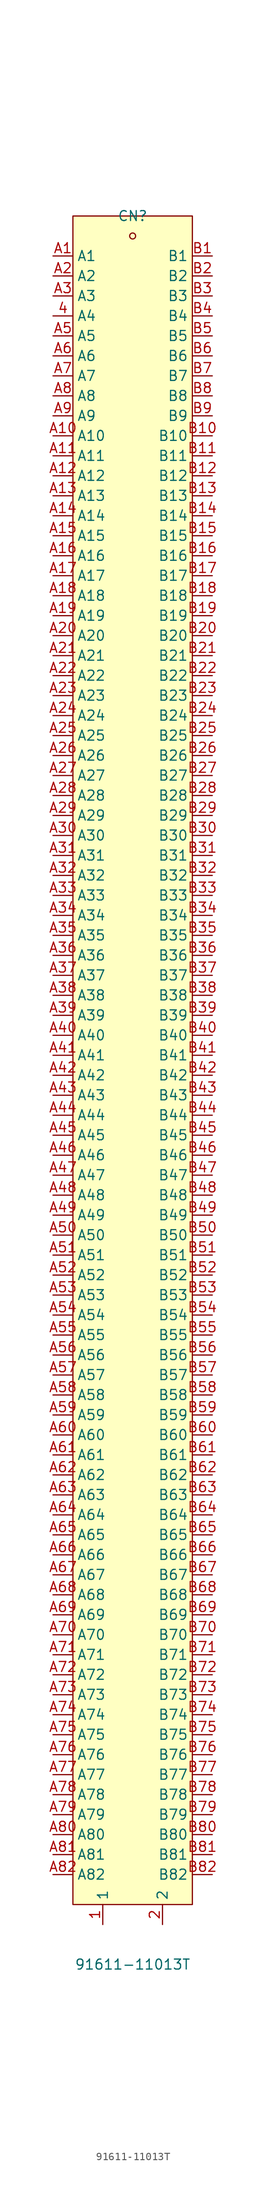
<source format=kicad_sym>
(kicad_symbol_lib
  (version 20231120)
  (generator "kicad_symbol_editor")
  (generator_version "8.0")
  (symbol "91611-11013T"
    (property "Reference" "CN"
      (at 0 107.95 0)
      (effects (font (size 1.27 1.27))))
    (property "Value" "91611-11013T"
      (at 0 -114.3 0)
      (effects (font (size 1.27 1.27))))
    (symbol "91611-11013T_0_1"
      (rectangle (start -7.62 107.95) (end 7.62 -106.68) (stroke (width 0) (type default)) (fill (type background)))
      (circle (center 0 105.41) (radius 0.38) (stroke (width 0) (type default)) (fill (type none)))
      (pin unspecified line (at -3.81 -109.22 90) (length 2.54) (name "1" (effects (font (size 1.27 1.27)))) (number "1" (effects (font (size 1.27 1.27)))))
      (pin unspecified line (at 3.81 -109.22 90) (length 2.54) (name "2" (effects (font (size 1.27 1.27)))) (number "2" (effects (font (size 1.27 1.27)))))
      (pin unspecified line (at -10.16 95.25 0) (length 2.54) (name "A4" (effects (font (size 1.27 1.27)))) (number "4" (effects (font (size 1.27 1.27)))))
      (pin unspecified line (at -10.16 102.87 0) (length 2.54) (name "A1" (effects (font (size 1.27 1.27)))) (number "A1" (effects (font (size 1.27 1.27)))))
      (pin unspecified line (at -10.16 80.01 0) (length 2.54) (name "A10" (effects (font (size 1.27 1.27)))) (number "A10" (effects (font (size 1.27 1.27)))))
      (pin unspecified line (at -10.16 77.47 0) (length 2.54) (name "A11" (effects (font (size 1.27 1.27)))) (number "A11" (effects (font (size 1.27 1.27)))))
      (pin unspecified line (at -10.16 74.93 0) (length 2.54) (name "A12" (effects (font (size 1.27 1.27)))) (number "A12" (effects (font (size 1.27 1.27)))))
      (pin unspecified line (at -10.16 72.39 0) (length 2.54) (name "A13" (effects (font (size 1.27 1.27)))) (number "A13" (effects (font (size 1.27 1.27)))))
      (pin unspecified line (at -10.16 69.85 0) (length 2.54) (name "A14" (effects (font (size 1.27 1.27)))) (number "A14" (effects (font (size 1.27 1.27)))))
      (pin unspecified line (at -10.16 67.31 0) (length 2.54) (name "A15" (effects (font (size 1.27 1.27)))) (number "A15" (effects (font (size 1.27 1.27)))))
      (pin unspecified line (at -10.16 64.77 0) (length 2.54) (name "A16" (effects (font (size 1.27 1.27)))) (number "A16" (effects (font (size 1.27 1.27)))))
      (pin unspecified line (at -10.16 62.23 0) (length 2.54) (name "A17" (effects (font (size 1.27 1.27)))) (number "A17" (effects (font (size 1.27 1.27)))))
      (pin unspecified line (at -10.16 59.69 0) (length 2.54) (name "A18" (effects (font (size 1.27 1.27)))) (number "A18" (effects (font (size 1.27 1.27)))))
      (pin unspecified line (at -10.16 57.15 0) (length 2.54) (name "A19" (effects (font (size 1.27 1.27)))) (number "A19" (effects (font (size 1.27 1.27)))))
      (pin unspecified line (at -10.16 100.33 0) (length 2.54) (name "A2" (effects (font (size 1.27 1.27)))) (number "A2" (effects (font (size 1.27 1.27)))))
      (pin unspecified line (at -10.16 54.61 0) (length 2.54) (name "A20" (effects (font (size 1.27 1.27)))) (number "A20" (effects (font (size 1.27 1.27)))))
      (pin unspecified line (at -10.16 52.07 0) (length 2.54) (name "A21" (effects (font (size 1.27 1.27)))) (number "A21" (effects (font (size 1.27 1.27)))))
      (pin unspecified line (at -10.16 49.53 0) (length 2.54) (name "A22" (effects (font (size 1.27 1.27)))) (number "A22" (effects (font (size 1.27 1.27)))))
      (pin unspecified line (at -10.16 46.99 0) (length 2.54) (name "A23" (effects (font (size 1.27 1.27)))) (number "A23" (effects (font (size 1.27 1.27)))))
      (pin unspecified line (at -10.16 44.45 0) (length 2.54) (name "A24" (effects (font (size 1.27 1.27)))) (number "A24" (effects (font (size 1.27 1.27)))))
      (pin unspecified line (at -10.16 41.91 0) (length 2.54) (name "A25" (effects (font (size 1.27 1.27)))) (number "A25" (effects (font (size 1.27 1.27)))))
      (pin unspecified line (at -10.16 39.37 0) (length 2.54) (name "A26" (effects (font (size 1.27 1.27)))) (number "A26" (effects (font (size 1.27 1.27)))))
      (pin unspecified line (at -10.16 36.83 0) (length 2.54) (name "A27" (effects (font (size 1.27 1.27)))) (number "A27" (effects (font (size 1.27 1.27)))))
      (pin unspecified line (at -10.16 34.29 0) (length 2.54) (name "A28" (effects (font (size 1.27 1.27)))) (number "A28" (effects (font (size 1.27 1.27)))))
      (pin unspecified line (at -10.16 31.75 0) (length 2.54) (name "A29" (effects (font (size 1.27 1.27)))) (number "A29" (effects (font (size 1.27 1.27)))))
      (pin unspecified line (at -10.16 97.79 0) (length 2.54) (name "A3" (effects (font (size 1.27 1.27)))) (number "A3" (effects (font (size 1.27 1.27)))))
      (pin unspecified line (at -10.16 29.21 0) (length 2.54) (name "A30" (effects (font (size 1.27 1.27)))) (number "A30" (effects (font (size 1.27 1.27)))))
      (pin unspecified line (at -10.16 26.67 0) (length 2.54) (name "A31" (effects (font (size 1.27 1.27)))) (number "A31" (effects (font (size 1.27 1.27)))))
      (pin unspecified line (at -10.16 24.13 0) (length 2.54) (name "A32" (effects (font (size 1.27 1.27)))) (number "A32" (effects (font (size 1.27 1.27)))))
      (pin unspecified line (at -10.16 21.59 0) (length 2.54) (name "A33" (effects (font (size 1.27 1.27)))) (number "A33" (effects (font (size 1.27 1.27)))))
      (pin unspecified line (at -10.16 19.05 0) (length 2.54) (name "A34" (effects (font (size 1.27 1.27)))) (number "A34" (effects (font (size 1.27 1.27)))))
      (pin unspecified line (at -10.16 16.51 0) (length 2.54) (name "A35" (effects (font (size 1.27 1.27)))) (number "A35" (effects (font (size 1.27 1.27)))))
      (pin unspecified line (at -10.16 13.97 0) (length 2.54) (name "A36" (effects (font (size 1.27 1.27)))) (number "A36" (effects (font (size 1.27 1.27)))))
      (pin unspecified line (at -10.16 11.43 0) (length 2.54) (name "A37" (effects (font (size 1.27 1.27)))) (number "A37" (effects (font (size 1.27 1.27)))))
      (pin unspecified line (at -10.16 8.89 0) (length 2.54) (name "A38" (effects (font (size 1.27 1.27)))) (number "A38" (effects (font (size 1.27 1.27)))))
      (pin unspecified line (at -10.16 6.35 0) (length 2.54) (name "A39" (effects (font (size 1.27 1.27)))) (number "A39" (effects (font (size 1.27 1.27)))))
      (pin unspecified line (at -10.16 3.81 0) (length 2.54) (name "A40" (effects (font (size 1.27 1.27)))) (number "A40" (effects (font (size 1.27 1.27)))))
      (pin unspecified line (at -10.16 1.27 0) (length 2.54) (name "A41" (effects (font (size 1.27 1.27)))) (number "A41" (effects (font (size 1.27 1.27)))))
      (pin unspecified line (at -10.16 -1.27 0) (length 2.54) (name "A42" (effects (font (size 1.27 1.27)))) (number "A42" (effects (font (size 1.27 1.27)))))
      (pin unspecified line (at -10.16 -3.81 0) (length 2.54) (name "A43" (effects (font (size 1.27 1.27)))) (number "A43" (effects (font (size 1.27 1.27)))))
      (pin unspecified line (at -10.16 -6.35 0) (length 2.54) (name "A44" (effects (font (size 1.27 1.27)))) (number "A44" (effects (font (size 1.27 1.27)))))
      (pin unspecified line (at -10.16 -8.89 0) (length 2.54) (name "A45" (effects (font (size 1.27 1.27)))) (number "A45" (effects (font (size 1.27 1.27)))))
      (pin unspecified line (at -10.16 -11.43 0) (length 2.54) (name "A46" (effects (font (size 1.27 1.27)))) (number "A46" (effects (font (size 1.27 1.27)))))
      (pin unspecified line (at -10.16 -13.97 0) (length 2.54) (name "A47" (effects (font (size 1.27 1.27)))) (number "A47" (effects (font (size 1.27 1.27)))))
      (pin unspecified line (at -10.16 -16.51 0) (length 2.54) (name "A48" (effects (font (size 1.27 1.27)))) (number "A48" (effects (font (size 1.27 1.27)))))
      (pin unspecified line (at -10.16 -19.05 0) (length 2.54) (name "A49" (effects (font (size 1.27 1.27)))) (number "A49" (effects (font (size 1.27 1.27)))))
      (pin unspecified line (at -10.16 92.71 0) (length 2.54) (name "A5" (effects (font (size 1.27 1.27)))) (number "A5" (effects (font (size 1.27 1.27)))))
      (pin unspecified line (at -10.16 -21.59 0) (length 2.54) (name "A50" (effects (font (size 1.27 1.27)))) (number "A50" (effects (font (size 1.27 1.27)))))
      (pin unspecified line (at -10.16 -24.13 0) (length 2.54) (name "A51" (effects (font (size 1.27 1.27)))) (number "A51" (effects (font (size 1.27 1.27)))))
      (pin unspecified line (at -10.16 -26.67 0) (length 2.54) (name "A52" (effects (font (size 1.27 1.27)))) (number "A52" (effects (font (size 1.27 1.27)))))
      (pin unspecified line (at -10.16 -29.21 0) (length 2.54) (name "A53" (effects (font (size 1.27 1.27)))) (number "A53" (effects (font (size 1.27 1.27)))))
      (pin unspecified line (at -10.16 -31.75 0) (length 2.54) (name "A54" (effects (font (size 1.27 1.27)))) (number "A54" (effects (font (size 1.27 1.27)))))
      (pin unspecified line (at -10.16 -34.29 0) (length 2.54) (name "A55" (effects (font (size 1.27 1.27)))) (number "A55" (effects (font (size 1.27 1.27)))))
      (pin unspecified line (at -10.16 -36.83 0) (length 2.54) (name "A56" (effects (font (size 1.27 1.27)))) (number "A56" (effects (font (size 1.27 1.27)))))
      (pin unspecified line (at -10.16 -39.37 0) (length 2.54) (name "A57" (effects (font (size 1.27 1.27)))) (number "A57" (effects (font (size 1.27 1.27)))))
      (pin unspecified line (at -10.16 -41.91 0) (length 2.54) (name "A58" (effects (font (size 1.27 1.27)))) (number "A58" (effects (font (size 1.27 1.27)))))
      (pin unspecified line (at -10.16 -44.45 0) (length 2.54) (name "A59" (effects (font (size 1.27 1.27)))) (number "A59" (effects (font (size 1.27 1.27)))))
      (pin unspecified line (at -10.16 90.17 0) (length 2.54) (name "A6" (effects (font (size 1.27 1.27)))) (number "A6" (effects (font (size 1.27 1.27)))))
      (pin unspecified line (at -10.16 -46.99 0) (length 2.54) (name "A60" (effects (font (size 1.27 1.27)))) (number "A60" (effects (font (size 1.27 1.27)))))
      (pin unspecified line (at -10.16 -49.53 0) (length 2.54) (name "A61" (effects (font (size 1.27 1.27)))) (number "A61" (effects (font (size 1.27 1.27)))))
      (pin unspecified line (at -10.16 -52.07 0) (length 2.54) (name "A62" (effects (font (size 1.27 1.27)))) (number "A62" (effects (font (size 1.27 1.27)))))
      (pin unspecified line (at -10.16 -54.61 0) (length 2.54) (name "A63" (effects (font (size 1.27 1.27)))) (number "A63" (effects (font (size 1.27 1.27)))))
      (pin unspecified line (at -10.16 -57.15 0) (length 2.54) (name "A64" (effects (font (size 1.27 1.27)))) (number "A64" (effects (font (size 1.27 1.27)))))
      (pin unspecified line (at -10.16 -59.69 0) (length 2.54) (name "A65" (effects (font (size 1.27 1.27)))) (number "A65" (effects (font (size 1.27 1.27)))))
      (pin unspecified line (at -10.16 -62.23 0) (length 2.54) (name "A66" (effects (font (size 1.27 1.27)))) (number "A66" (effects (font (size 1.27 1.27)))))
      (pin unspecified line (at -10.16 -64.77 0) (length 2.54) (name "A67" (effects (font (size 1.27 1.27)))) (number "A67" (effects (font (size 1.27 1.27)))))
      (pin unspecified line (at -10.16 -67.31 0) (length 2.54) (name "A68" (effects (font (size 1.27 1.27)))) (number "A68" (effects (font (size 1.27 1.27)))))
      (pin unspecified line (at -10.16 -69.85 0) (length 2.54) (name "A69" (effects (font (size 1.27 1.27)))) (number "A69" (effects (font (size 1.27 1.27)))))
      (pin unspecified line (at -10.16 87.63 0) (length 2.54) (name "A7" (effects (font (size 1.27 1.27)))) (number "A7" (effects (font (size 1.27 1.27)))))
      (pin unspecified line (at -10.16 -72.39 0) (length 2.54) (name "A70" (effects (font (size 1.27 1.27)))) (number "A70" (effects (font (size 1.27 1.27)))))
      (pin unspecified line (at -10.16 -74.93 0) (length 2.54) (name "A71" (effects (font (size 1.27 1.27)))) (number "A71" (effects (font (size 1.27 1.27)))))
      (pin unspecified line (at -10.16 -77.47 0) (length 2.54) (name "A72" (effects (font (size 1.27 1.27)))) (number "A72" (effects (font (size 1.27 1.27)))))
      (pin unspecified line (at -10.16 -80.01 0) (length 2.54) (name "A73" (effects (font (size 1.27 1.27)))) (number "A73" (effects (font (size 1.27 1.27)))))
      (pin unspecified line (at -10.16 -82.55 0) (length 2.54) (name "A74" (effects (font (size 1.27 1.27)))) (number "A74" (effects (font (size 1.27 1.27)))))
      (pin unspecified line (at -10.16 -85.09 0) (length 2.54) (name "A75" (effects (font (size 1.27 1.27)))) (number "A75" (effects (font (size 1.27 1.27)))))
      (pin unspecified line (at -10.16 -87.63 0) (length 2.54) (name "A76" (effects (font (size 1.27 1.27)))) (number "A76" (effects (font (size 1.27 1.27)))))
      (pin unspecified line (at -10.16 -90.17 0) (length 2.54) (name "A77" (effects (font (size 1.27 1.27)))) (number "A77" (effects (font (size 1.27 1.27)))))
      (pin unspecified line (at -10.16 -92.71 0) (length 2.54) (name "A78" (effects (font (size 1.27 1.27)))) (number "A78" (effects (font (size 1.27 1.27)))))
      (pin unspecified line (at -10.16 -95.25 0) (length 2.54) (name "A79" (effects (font (size 1.27 1.27)))) (number "A79" (effects (font (size 1.27 1.27)))))
      (pin unspecified line (at -10.16 85.09 0) (length 2.54) (name "A8" (effects (font (size 1.27 1.27)))) (number "A8" (effects (font (size 1.27 1.27)))))
      (pin unspecified line (at -10.16 -97.79 0) (length 2.54) (name "A80" (effects (font (size 1.27 1.27)))) (number "A80" (effects (font (size 1.27 1.27)))))
      (pin unspecified line (at -10.16 -100.33 0) (length 2.54) (name "A81" (effects (font (size 1.27 1.27)))) (number "A81" (effects (font (size 1.27 1.27)))))
      (pin unspecified line (at -10.16 -102.87 0) (length 2.54) (name "A82" (effects (font (size 1.27 1.27)))) (number "A82" (effects (font (size 1.27 1.27)))))
      (pin unspecified line (at -10.16 82.55 0) (length 2.54) (name "A9" (effects (font (size 1.27 1.27)))) (number "A9" (effects (font (size 1.27 1.27)))))
      (pin unspecified line (at 10.16 102.87 180) (length 2.54) (name "B1" (effects (font (size 1.27 1.27)))) (number "B1" (effects (font (size 1.27 1.27)))))
      (pin unspecified line (at 10.16 80.01 180) (length 2.54) (name "B10" (effects (font (size 1.27 1.27)))) (number "B10" (effects (font (size 1.27 1.27)))))
      (pin unspecified line (at 10.16 77.47 180) (length 2.54) (name "B11" (effects (font (size 1.27 1.27)))) (number "B11" (effects (font (size 1.27 1.27)))))
      (pin unspecified line (at 10.16 74.93 180) (length 2.54) (name "B12" (effects (font (size 1.27 1.27)))) (number "B12" (effects (font (size 1.27 1.27)))))
      (pin unspecified line (at 10.16 72.39 180) (length 2.54) (name "B13" (effects (font (size 1.27 1.27)))) (number "B13" (effects (font (size 1.27 1.27)))))
      (pin unspecified line (at 10.16 69.85 180) (length 2.54) (name "B14" (effects (font (size 1.27 1.27)))) (number "B14" (effects (font (size 1.27 1.27)))))
      (pin unspecified line (at 10.16 67.31 180) (length 2.54) (name "B15" (effects (font (size 1.27 1.27)))) (number "B15" (effects (font (size 1.27 1.27)))))
      (pin unspecified line (at 10.16 64.77 180) (length 2.54) (name "B16" (effects (font (size 1.27 1.27)))) (number "B16" (effects (font (size 1.27 1.27)))))
      (pin unspecified line (at 10.16 62.23 180) (length 2.54) (name "B17" (effects (font (size 1.27 1.27)))) (number "B17" (effects (font (size 1.27 1.27)))))
      (pin unspecified line (at 10.16 59.69 180) (length 2.54) (name "B18" (effects (font (size 1.27 1.27)))) (number "B18" (effects (font (size 1.27 1.27)))))
      (pin unspecified line (at 10.16 57.15 180) (length 2.54) (name "B19" (effects (font (size 1.27 1.27)))) (number "B19" (effects (font (size 1.27 1.27)))))
      (pin unspecified line (at 10.16 100.33 180) (length 2.54) (name "B2" (effects (font (size 1.27 1.27)))) (number "B2" (effects (font (size 1.27 1.27)))))
      (pin unspecified line (at 10.16 54.61 180) (length 2.54) (name "B20" (effects (font (size 1.27 1.27)))) (number "B20" (effects (font (size 1.27 1.27)))))
      (pin unspecified line (at 10.16 52.07 180) (length 2.54) (name "B21" (effects (font (size 1.27 1.27)))) (number "B21" (effects (font (size 1.27 1.27)))))
      (pin unspecified line (at 10.16 49.53 180) (length 2.54) (name "B22" (effects (font (size 1.27 1.27)))) (number "B22" (effects (font (size 1.27 1.27)))))
      (pin unspecified line (at 10.16 46.99 180) (length 2.54) (name "B23" (effects (font (size 1.27 1.27)))) (number "B23" (effects (font (size 1.27 1.27)))))
      (pin unspecified line (at 10.16 44.45 180) (length 2.54) (name "B24" (effects (font (size 1.27 1.27)))) (number "B24" (effects (font (size 1.27 1.27)))))
      (pin unspecified line (at 10.16 41.91 180) (length 2.54) (name "B25" (effects (font (size 1.27 1.27)))) (number "B25" (effects (font (size 1.27 1.27)))))
      (pin unspecified line (at 10.16 39.37 180) (length 2.54) (name "B26" (effects (font (size 1.27 1.27)))) (number "B26" (effects (font (size 1.27 1.27)))))
      (pin unspecified line (at 10.16 36.83 180) (length 2.54) (name "B27" (effects (font (size 1.27 1.27)))) (number "B27" (effects (font (size 1.27 1.27)))))
      (pin unspecified line (at 10.16 34.29 180) (length 2.54) (name "B28" (effects (font (size 1.27 1.27)))) (number "B28" (effects (font (size 1.27 1.27)))))
      (pin unspecified line (at 10.16 31.75 180) (length 2.54) (name "B29" (effects (font (size 1.27 1.27)))) (number "B29" (effects (font (size 1.27 1.27)))))
      (pin unspecified line (at 10.16 97.79 180) (length 2.54) (name "B3" (effects (font (size 1.27 1.27)))) (number "B3" (effects (font (size 1.27 1.27)))))
      (pin unspecified line (at 10.16 29.21 180) (length 2.54) (name "B30" (effects (font (size 1.27 1.27)))) (number "B30" (effects (font (size 1.27 1.27)))))
      (pin unspecified line (at 10.16 26.67 180) (length 2.54) (name "B31" (effects (font (size 1.27 1.27)))) (number "B31" (effects (font (size 1.27 1.27)))))
      (pin unspecified line (at 10.16 24.13 180) (length 2.54) (name "B32" (effects (font (size 1.27 1.27)))) (number "B32" (effects (font (size 1.27 1.27)))))
      (pin unspecified line (at 10.16 21.59 180) (length 2.54) (name "B33" (effects (font (size 1.27 1.27)))) (number "B33" (effects (font (size 1.27 1.27)))))
      (pin unspecified line (at 10.16 19.05 180) (length 2.54) (name "B34" (effects (font (size 1.27 1.27)))) (number "B34" (effects (font (size 1.27 1.27)))))
      (pin unspecified line (at 10.16 16.51 180) (length 2.54) (name "B35" (effects (font (size 1.27 1.27)))) (number "B35" (effects (font (size 1.27 1.27)))))
      (pin unspecified line (at 10.16 13.97 180) (length 2.54) (name "B36" (effects (font (size 1.27 1.27)))) (number "B36" (effects (font (size 1.27 1.27)))))
      (pin unspecified line (at 10.16 11.43 180) (length 2.54) (name "B37" (effects (font (size 1.27 1.27)))) (number "B37" (effects (font (size 1.27 1.27)))))
      (pin unspecified line (at 10.16 8.89 180) (length 2.54) (name "B38" (effects (font (size 1.27 1.27)))) (number "B38" (effects (font (size 1.27 1.27)))))
      (pin unspecified line (at 10.16 6.35 180) (length 2.54) (name "B39" (effects (font (size 1.27 1.27)))) (number "B39" (effects (font (size 1.27 1.27)))))
      (pin unspecified line (at 10.16 95.25 180) (length 2.54) (name "B4" (effects (font (size 1.27 1.27)))) (number "B4" (effects (font (size 1.27 1.27)))))
      (pin unspecified line (at 10.16 3.81 180) (length 2.54) (name "B40" (effects (font (size 1.27 1.27)))) (number "B40" (effects (font (size 1.27 1.27)))))
      (pin unspecified line (at 10.16 1.27 180) (length 2.54) (name "B41" (effects (font (size 1.27 1.27)))) (number "B41" (effects (font (size 1.27 1.27)))))
      (pin unspecified line (at 10.16 -1.27 180) (length 2.54) (name "B42" (effects (font (size 1.27 1.27)))) (number "B42" (effects (font (size 1.27 1.27)))))
      (pin unspecified line (at 10.16 -3.81 180) (length 2.54) (name "B43" (effects (font (size 1.27 1.27)))) (number "B43" (effects (font (size 1.27 1.27)))))
      (pin unspecified line (at 10.16 -6.35 180) (length 2.54) (name "B44" (effects (font (size 1.27 1.27)))) (number "B44" (effects (font (size 1.27 1.27)))))
      (pin unspecified line (at 10.16 -8.89 180) (length 2.54) (name "B45" (effects (font (size 1.27 1.27)))) (number "B45" (effects (font (size 1.27 1.27)))))
      (pin unspecified line (at 10.16 -11.43 180) (length 2.54) (name "B46" (effects (font (size 1.27 1.27)))) (number "B46" (effects (font (size 1.27 1.27)))))
      (pin unspecified line (at 10.16 -13.97 180) (length 2.54) (name "B47" (effects (font (size 1.27 1.27)))) (number "B47" (effects (font (size 1.27 1.27)))))
      (pin unspecified line (at 10.16 -16.51 180) (length 2.54) (name "B48" (effects (font (size 1.27 1.27)))) (number "B48" (effects (font (size 1.27 1.27)))))
      (pin unspecified line (at 10.16 -19.05 180) (length 2.54) (name "B49" (effects (font (size 1.27 1.27)))) (number "B49" (effects (font (size 1.27 1.27)))))
      (pin unspecified line (at 10.16 92.71 180) (length 2.54) (name "B5" (effects (font (size 1.27 1.27)))) (number "B5" (effects (font (size 1.27 1.27)))))
      (pin unspecified line (at 10.16 -21.59 180) (length 2.54) (name "B50" (effects (font (size 1.27 1.27)))) (number "B50" (effects (font (size 1.27 1.27)))))
      (pin unspecified line (at 10.16 -24.13 180) (length 2.54) (name "B51" (effects (font (size 1.27 1.27)))) (number "B51" (effects (font (size 1.27 1.27)))))
      (pin unspecified line (at 10.16 -26.67 180) (length 2.54) (name "B52" (effects (font (size 1.27 1.27)))) (number "B52" (effects (font (size 1.27 1.27)))))
      (pin unspecified line (at 10.16 -29.21 180) (length 2.54) (name "B53" (effects (font (size 1.27 1.27)))) (number "B53" (effects (font (size 1.27 1.27)))))
      (pin unspecified line (at 10.16 -31.75 180) (length 2.54) (name "B54" (effects (font (size 1.27 1.27)))) (number "B54" (effects (font (size 1.27 1.27)))))
      (pin unspecified line (at 10.16 -34.29 180) (length 2.54) (name "B55" (effects (font (size 1.27 1.27)))) (number "B55" (effects (font (size 1.27 1.27)))))
      (pin unspecified line (at 10.16 -36.83 180) (length 2.54) (name "B56" (effects (font (size 1.27 1.27)))) (number "B56" (effects (font (size 1.27 1.27)))))
      (pin unspecified line (at 10.16 -39.37 180) (length 2.54) (name "B57" (effects (font (size 1.27 1.27)))) (number "B57" (effects (font (size 1.27 1.27)))))
      (pin unspecified line (at 10.16 -41.91 180) (length 2.54) (name "B58" (effects (font (size 1.27 1.27)))) (number "B58" (effects (font (size 1.27 1.27)))))
      (pin unspecified line (at 10.16 -44.45 180) (length 2.54) (name "B59" (effects (font (size 1.27 1.27)))) (number "B59" (effects (font (size 1.27 1.27)))))
      (pin unspecified line (at 10.16 90.17 180) (length 2.54) (name "B6" (effects (font (size 1.27 1.27)))) (number "B6" (effects (font (size 1.27 1.27)))))
      (pin unspecified line (at 10.16 -46.99 180) (length 2.54) (name "B60" (effects (font (size 1.27 1.27)))) (number "B60" (effects (font (size 1.27 1.27)))))
      (pin unspecified line (at 10.16 -49.53 180) (length 2.54) (name "B61" (effects (font (size 1.27 1.27)))) (number "B61" (effects (font (size 1.27 1.27)))))
      (pin unspecified line (at 10.16 -52.07 180) (length 2.54) (name "B62" (effects (font (size 1.27 1.27)))) (number "B62" (effects (font (size 1.27 1.27)))))
      (pin unspecified line (at 10.16 -54.61 180) (length 2.54) (name "B63" (effects (font (size 1.27 1.27)))) (number "B63" (effects (font (size 1.27 1.27)))))
      (pin unspecified line (at 10.16 -57.15 180) (length 2.54) (name "B64" (effects (font (size 1.27 1.27)))) (number "B64" (effects (font (size 1.27 1.27)))))
      (pin unspecified line (at 10.16 -59.69 180) (length 2.54) (name "B65" (effects (font (size 1.27 1.27)))) (number "B65" (effects (font (size 1.27 1.27)))))
      (pin unspecified line (at 10.16 -62.23 180) (length 2.54) (name "B66" (effects (font (size 1.27 1.27)))) (number "B66" (effects (font (size 1.27 1.27)))))
      (pin unspecified line (at 10.16 -64.77 180) (length 2.54) (name "B67" (effects (font (size 1.27 1.27)))) (number "B67" (effects (font (size 1.27 1.27)))))
      (pin unspecified line (at 10.16 -67.31 180) (length 2.54) (name "B68" (effects (font (size 1.27 1.27)))) (number "B68" (effects (font (size 1.27 1.27)))))
      (pin unspecified line (at 10.16 -69.85 180) (length 2.54) (name "B69" (effects (font (size 1.27 1.27)))) (number "B69" (effects (font (size 1.27 1.27)))))
      (pin unspecified line (at 10.16 87.63 180) (length 2.54) (name "B7" (effects (font (size 1.27 1.27)))) (number "B7" (effects (font (size 1.27 1.27)))))
      (pin unspecified line (at 10.16 -72.39 180) (length 2.54) (name "B70" (effects (font (size 1.27 1.27)))) (number "B70" (effects (font (size 1.27 1.27)))))
      (pin unspecified line (at 10.16 -74.93 180) (length 2.54) (name "B71" (effects (font (size 1.27 1.27)))) (number "B71" (effects (font (size 1.27 1.27)))))
      (pin unspecified line (at 10.16 -77.47 180) (length 2.54) (name "B72" (effects (font (size 1.27 1.27)))) (number "B72" (effects (font (size 1.27 1.27)))))
      (pin unspecified line (at 10.16 -80.01 180) (length 2.54) (name "B73" (effects (font (size 1.27 1.27)))) (number "B73" (effects (font (size 1.27 1.27)))))
      (pin unspecified line (at 10.16 -82.55 180) (length 2.54) (name "B74" (effects (font (size 1.27 1.27)))) (number "B74" (effects (font (size 1.27 1.27)))))
      (pin unspecified line (at 10.16 -85.09 180) (length 2.54) (name "B75" (effects (font (size 1.27 1.27)))) (number "B75" (effects (font (size 1.27 1.27)))))
      (pin unspecified line (at 10.16 -87.63 180) (length 2.54) (name "B76" (effects (font (size 1.27 1.27)))) (number "B76" (effects (font (size 1.27 1.27)))))
      (pin unspecified line (at 10.16 -90.17 180) (length 2.54) (name "B77" (effects (font (size 1.27 1.27)))) (number "B77" (effects (font (size 1.27 1.27)))))
      (pin unspecified line (at 10.16 -92.71 180) (length 2.54) (name "B78" (effects (font (size 1.27 1.27)))) (number "B78" (effects (font (size 1.27 1.27)))))
      (pin unspecified line (at 10.16 -95.25 180) (length 2.54) (name "B79" (effects (font (size 1.27 1.27)))) (number "B79" (effects (font (size 1.27 1.27)))))
      (pin unspecified line (at 10.16 85.09 180) (length 2.54) (name "B8" (effects (font (size 1.27 1.27)))) (number "B8" (effects (font (size 1.27 1.27)))))
      (pin unspecified line (at 10.16 -97.79 180) (length 2.54) (name "B80" (effects (font (size 1.27 1.27)))) (number "B80" (effects (font (size 1.27 1.27)))))
      (pin unspecified line (at 10.16 -100.33 180) (length 2.54) (name "B81" (effects (font (size 1.27 1.27)))) (number "B81" (effects (font (size 1.27 1.27)))))
      (pin unspecified line (at 10.16 -102.87 180) (length 2.54) (name "B82" (effects (font (size 1.27 1.27)))) (number "B82" (effects (font (size 1.27 1.27)))))
      (pin unspecified line (at 10.16 82.55 180) (length 2.54) (name "B9" (effects (font (size 1.27 1.27)))) (number "B9" (effects (font (size 1.27 1.27))))))))
</source>
